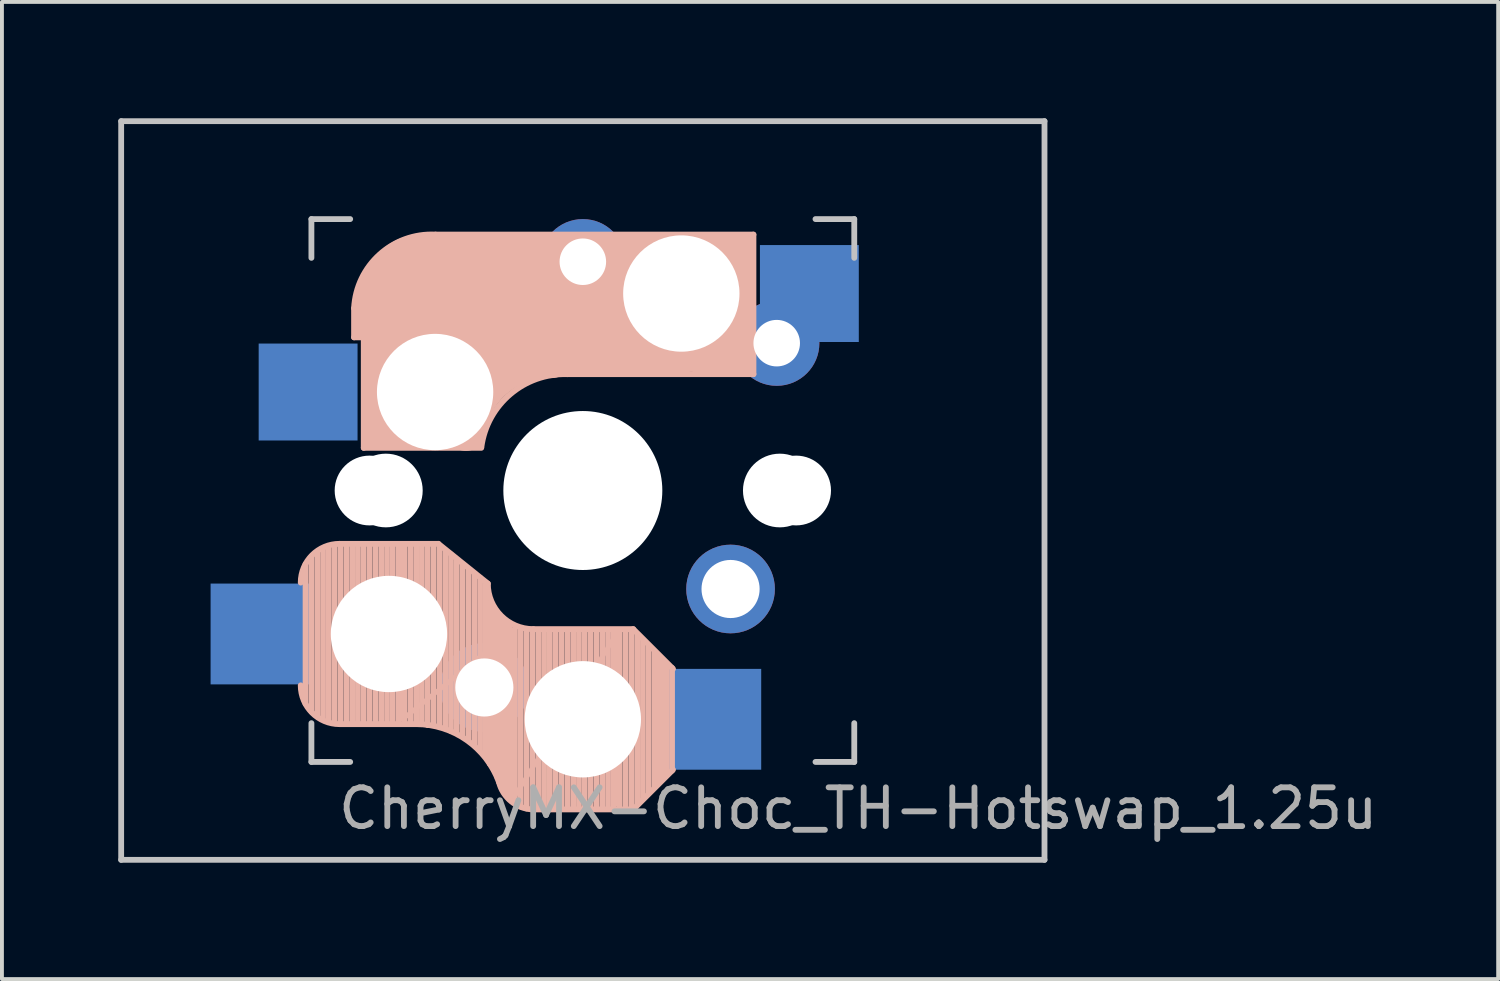
<source format=kicad_pcb>
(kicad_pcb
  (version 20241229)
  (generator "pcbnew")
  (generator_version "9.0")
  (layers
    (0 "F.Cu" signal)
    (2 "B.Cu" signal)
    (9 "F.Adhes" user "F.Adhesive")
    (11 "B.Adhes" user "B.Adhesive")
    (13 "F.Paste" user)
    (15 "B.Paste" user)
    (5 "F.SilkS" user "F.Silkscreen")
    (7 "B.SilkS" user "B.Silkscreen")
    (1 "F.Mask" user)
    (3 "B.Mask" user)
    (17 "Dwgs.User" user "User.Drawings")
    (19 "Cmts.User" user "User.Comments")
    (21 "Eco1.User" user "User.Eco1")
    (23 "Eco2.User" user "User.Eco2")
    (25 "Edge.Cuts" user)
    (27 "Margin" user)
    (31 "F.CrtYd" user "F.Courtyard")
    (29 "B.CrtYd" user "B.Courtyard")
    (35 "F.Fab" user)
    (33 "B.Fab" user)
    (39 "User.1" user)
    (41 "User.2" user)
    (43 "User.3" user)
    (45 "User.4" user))
  (footprint "CherryMX-Choc_TH-Hotswap_1.25u"
    (layer "F.Cu")
    (at 11.981 9.6)
    (property "Reference" "CherryMX-Choc_TH-Hotswap_1.25u" (at 7.1 8.2 0) (layer "F.Fab") (effects (font (size 1 1) (thickness 0.15))))
    (attr through_hole)
    (fp_line (start -7.15 5.5) (end -7.15 1.9) (stroke (width 0.15) (type solid)) (layer "B.SilkS"))
    (fp_line (start -7 5.7) (end -7 1.7) (stroke (width 0.15) (type solid)) (layer "B.SilkS"))
    (fp_line (start -6.85 5.8) (end -6.85 1.6) (stroke (width 0.15) (type solid)) (layer "B.SilkS"))
    (fp_line (start -6.7 5.9) (end -6.7 1.5) (stroke (width 0.15) (type solid)) (layer "B.SilkS"))
    (fp_line (start -6.55 5.95) (end -6.55 1.45) (stroke (width 0.15) (type solid)) (layer "B.SilkS"))
    (fp_line (start -6.4 6) (end -6.4 1.45) (stroke (width 0.15) (type solid)) (layer "B.SilkS"))
    (fp_line (start -6.25 6) (end -6.25 1.4) (stroke (width 0.15) (type solid)) (layer "B.SilkS"))
    (fp_line (start -6.1 6) (end -6.1 1.4) (stroke (width 0.15) (type solid)) (layer "B.SilkS"))
    (fp_line (start -5.95 6) (end -5.95 1.4) (stroke (width 0.15) (type solid)) (layer "B.SilkS"))
    (fp_line (start -5.9 -4.7) (end -5.9 -3.95) (stroke (width 0.15) (type solid)) (layer "B.SilkS"))
    (fp_line (start -5.9 -3.95) (end -5.7 -3.95) (stroke (width 0.15) (type solid)) (layer "B.SilkS"))
    (fp_line (start -5.8 -4.05) (end -5.8 -4.7) (stroke (width 0.3) (type solid)) (layer "B.SilkS"))
    (fp_line (start -5.8 6) (end -5.8 1.4) (stroke (width 0.15) (type solid)) (layer "B.SilkS"))
    (fp_line (start -5.65 -5.55) (end -5.65 -1.1) (stroke (width 0.15) (type solid)) (layer "B.SilkS"))
    (fp_line (start -5.65 -1.1) (end -2.62 -1.1) (stroke (width 0.15) (type solid)) (layer "B.SilkS"))
    (fp_line (start -5.65 6) (end -5.65 1.4) (stroke (width 0.15) (type solid)) (layer "B.SilkS"))
    (fp_line (start -5.5 6) (end -5.5 1.4) (stroke (width 0.15) (type solid)) (layer "B.SilkS"))
    (fp_line (start -5.45 -1.3) (end -3 -1.3) (stroke (width 0.5) (type solid)) (layer "B.SilkS"))
    (fp_line (start -5.35 6) (end -5.35 1.4) (stroke (width 0.15) (type solid)) (layer "B.SilkS"))
    (fp_line (start -5.3 -1.6) (end -5.3 -3.4) (stroke (width 0.8) (type solid)) (layer "B.SilkS"))
    (fp_line (start -5.2 6) (end -5.2 1.4) (stroke (width 0.15) (type solid)) (layer "B.SilkS"))
    (fp_line (start -5.05 6) (end -5.05 1.4) (stroke (width 0.15) (type solid)) (layer "B.SilkS"))
    (fp_line (start -4.9 6) (end -4.9 1.4) (stroke (width 0.15) (type solid)) (layer "B.SilkS"))
    (fp_line (start -4.75 6) (end -4.75 1.4) (stroke (width 0.15) (type solid)) (layer "B.SilkS"))
    (fp_line (start -4.65 5.9) (end -4.65 1.4) (stroke (width 0.12) (type solid)) (layer "B.SilkS"))
    (fp_line (start -4.6 6) (end -4.6 1.4) (stroke (width 0.15) (type solid)) (layer "B.SilkS"))
    (fp_line (start -4.45 6) (end -4.45 1.4) (stroke (width 0.15) (type solid)) (layer "B.SilkS"))
    (fp_line (start -4.3 6) (end -4.3 1.4) (stroke (width 0.15) (type solid)) (layer "B.SilkS"))
    (fp_line (start -4.3 6.025) (end -6.275 6.025) (stroke (width 0.15) (type solid)) (layer "B.SilkS"))
    (fp_line (start -4.17 -5.1) (end -4.17 -2.86) (stroke (width 3) (type solid)) (layer "B.SilkS"))
    (fp_line (start -4.15 6) (end -4.15 1.45) (stroke (width 0.15) (type solid)) (layer "B.SilkS"))
    (fp_line (start -4 6.05) (end -4 1.4) (stroke (width 0.15) (type solid)) (layer "B.SilkS"))
    (fp_line (start -3.85 6.05) (end -3.85 1.4) (stroke (width 0.15) (type solid)) (layer "B.SilkS"))
    (fp_line (start -3.725 1.375) (end -6.275 1.375) (stroke (width 0.15) (type solid)) (layer "B.SilkS"))
    (fp_line (start -3.725 1.375) (end -2.45 2.4) (stroke (width 0.15) (type solid)) (layer "B.SilkS"))
    (fp_line (start -3.7 6.05) (end -3.7 1.45) (stroke (width 0.15) (type solid)) (layer "B.SilkS"))
    (fp_line (start -3.55 6.1) (end -3.55 1.55) (stroke (width 0.15) (type solid)) (layer "B.SilkS"))
    (fp_line (start -3.4 6.2) (end -3.4 1.65) (stroke (width 0.15) (type solid)) (layer "B.SilkS"))
    (fp_line (start -3.25 6.25) (end -3.25 1.8) (stroke (width 0.15) (type solid)) (layer "B.SilkS"))
    (fp_line (start -3.1 6.35) (end -3.1 1.9) (stroke (width 0.15) (type solid)) (layer "B.SilkS"))
    (fp_line (start -2.95 6.45) (end -2.95 2.05) (stroke (width 0.15) (type solid)) (layer "B.SilkS"))
    (fp_line (start -2.8 6.55) (end -2.8 2.15) (stroke (width 0.15) (type solid)) (layer "B.SilkS"))
    (fp_line (start -2.65 6.7) (end -2.65 2.25) (stroke (width 0.15) (type solid)) (layer "B.SilkS"))
    (fp_line (start -2.5 6.85) (end -2.5 2.4) (stroke (width 0.15) (type solid)) (layer "B.SilkS"))
    (fp_line (start -2.4 7.05) (end -2.4 2.9) (stroke (width 0.15) (type solid)) (layer "B.SilkS"))
    (fp_line (start -2.3 7.2) (end -2.3 3.05) (stroke (width 0.15) (type solid)) (layer "B.SilkS"))
    (fp_line (start -2.2 7.4) (end -2.2 3.25) (stroke (width 0.15) (type solid)) (layer "B.SilkS"))
    (fp_line (start -2.1 7.55) (end -2.1 3.35) (stroke (width 0.15) (type solid)) (layer "B.SilkS"))
    (fp_line (start -2 7.8) (end -2 3.4) (stroke (width 0.15) (type solid)) (layer "B.SilkS"))
    (fp_line (start -1.9 7.95) (end -1.9 3.45) (stroke (width 0.15) (type solid)) (layer "B.SilkS"))
    (fp_line (start -1.8 3.6) (end -4.65 5.9) (stroke (width 0.12) (type solid)) (layer "B.SilkS"))
    (fp_line (start -1.8 7.95) (end -1.8 3.6) (stroke (width 0.12) (type solid)) (layer "B.SilkS"))
    (fp_line (start -1.75 8.05) (end -1.75 3.5) (stroke (width 0.15) (type solid)) (layer "B.SilkS"))
    (fp_line (start -1.6 8.15) (end -1.6 3.6) (stroke (width 0.15) (type solid)) (layer "B.SilkS"))
    (fp_line (start -1.45 8.2) (end -1.45 3.6) (stroke (width 0.15) (type solid)) (layer "B.SilkS"))
    (fp_line (start -1.3 8.2) (end -1.3 3.6) (stroke (width 0.15) (type solid)) (layer "B.SilkS"))
    (fp_line (start -1.15 8.2) (end -1.15 3.65) (stroke (width 0.15) (type solid)) (layer "B.SilkS"))
    (fp_line (start -1 8.2) (end -1 3.6) (stroke (width 0.15) (type solid)) (layer "B.SilkS"))
    (fp_line (start -0.85 8.2) (end -0.85 3.6) (stroke (width 0.15) (type solid)) (layer "B.SilkS"))
    (fp_line (start -0.7 8.2) (end -0.7 3.6) (stroke (width 0.15) (type solid)) (layer "B.SilkS"))
    (fp_line (start -0.55 8.2) (end -0.55 3.6) (stroke (width 0.15) (type solid)) (layer "B.SilkS"))
    (fp_line (start -0.4 -3) (end 4.4 -3) (stroke (width 0.15) (type solid)) (layer "B.SilkS"))
    (fp_line (start -0.4 8.2) (end -0.4 3.6) (stroke (width 0.15) (type solid)) (layer "B.SilkS"))
    (fp_line (start -0.25 8.2) (end -0.25 3.6) (stroke (width 0.15) (type solid)) (layer "B.SilkS"))
    (fp_line (start -0.1 8.2) (end -0.1 3.6) (stroke (width 0.15) (type solid)) (layer "B.SilkS"))
    (fp_line (start 0.05 8.2) (end 0.05 3.6) (stroke (width 0.15) (type solid)) (layer "B.SilkS"))
    (fp_line (start 0.2 8.2) (end 0.2 3.6) (stroke (width 0.15) (type solid)) (layer "B.SilkS"))
    (fp_line (start 0.35 8.2) (end 0.35 3.6) (stroke (width 0.15) (type solid)) (layer "B.SilkS"))
    (fp_line (start 0.5 8.2) (end 0.5 3.6) (stroke (width 0.15) (type solid)) (layer "B.SilkS"))
    (fp_line (start 0.65 8.2) (end 0.65 3.6) (stroke (width 0.15) (type solid)) (layer "B.SilkS"))
    (fp_line (start 0.8 8.2) (end 0.8 3.6) (stroke (width 0.15) (type solid)) (layer "B.SilkS"))
    (fp_line (start 0.9 3.65) (end -1.8 7.95) (stroke (width 0.12) (type solid)) (layer "B.SilkS"))
    (fp_line (start 0.9 8.1) (end 0.9 3.65) (stroke (width 0.12) (type solid)) (layer "B.SilkS"))
    (fp_line (start 0.95 8.2) (end 0.95 3.6) (stroke (width 0.15) (type solid)) (layer "B.SilkS"))
    (fp_line (start 1.1 8.2) (end 1.1 3.6) (stroke (width 0.15) (type solid)) (layer "B.SilkS"))
    (fp_line (start 1.25 8.2) (end 1.25 3.6) (stroke (width 0.15) (type solid)) (layer "B.SilkS"))
    (fp_line (start 1.3 3.575) (end -1.275 3.575) (stroke (width 0.15) (type solid)) (layer "B.SilkS"))
    (fp_line (start 1.3 3.575) (end 2.325 4.6) (stroke (width 0.15) (type solid)) (layer "B.SilkS"))
    (fp_line (start 1.3 8.225) (end -1.3 8.225) (stroke (width 0.15) (type solid)) (layer "B.SilkS"))
    (fp_line (start 1.3 8.225) (end 2.325 7.2) (stroke (width 0.15) (type solid)) (layer "B.SilkS"))
    (fp_line (start 1.4 8.1) (end 1.4 3.7) (stroke (width 0.15) (type solid)) (layer "B.SilkS"))
    (fp_line (start 1.55 7.95) (end 1.55 3.85) (stroke (width 0.15) (type solid)) (layer "B.SilkS"))
    (fp_line (start 1.7 7.8) (end 1.7 4) (stroke (width 0.15) (type solid)) (layer "B.SilkS"))
    (fp_line (start 1.85 7.65) (end 1.85 4.15) (stroke (width 0.15) (type solid)) (layer "B.SilkS"))
    (fp_line (start 1.95 7.55) (end 1.95 4.25) (stroke (width 0.15) (type solid)) (layer "B.SilkS"))
    (fp_line (start 2.05 7.45) (end 2.05 4.35) (stroke (width 0.15) (type solid)) (layer "B.SilkS"))
    (fp_line (start 2.15 7.35) (end 2.15 4.45) (stroke (width 0.15) (type solid)) (layer "B.SilkS"))
    (fp_line (start 2.3 4.575) (end 2.3 7.225) (stroke (width 0.15) (type solid)) (layer "B.SilkS"))
    (fp_line (start 2.6 -4.8) (end -4.1 -4.8) (stroke (width 3.5) (type solid)) (layer "B.SilkS"))
    (fp_line (start 3.9 -6) (end 3.9 -3.5) (stroke (width 1) (type solid)) (layer "B.SilkS"))
    (fp_line (start 4.2 -3.25) (end 2.9 -3.3) (stroke (width 0.5) (type solid)) (layer "B.SilkS"))
    (fp_line (start 4.25 -6.4) (end 3 -6.4) (stroke (width 0.4) (type solid)) (layer "B.SilkS"))
    (fp_line (start 4.38 -4) (end 4.38 -6.25) (stroke (width 0.15) (type solid)) (layer "B.SilkS"))
    (fp_line (start 4.4 -6.6) (end -3.8 -6.6) (stroke (width 0.15) (type solid)) (layer "B.SilkS"))
    (fp_line (start 4.4 -3) (end 4.4 -6.6) (stroke (width 0.15) (type solid)) (layer "B.SilkS"))
    (fp_arc (start -7.275 2.375) (mid -6.982107 1.667893) (end -6.275 1.375) (stroke (width 0.15) (type solid)) (layer "B.SilkS"))
    (fp_arc (start -6.275 6.025) (mid -6.982107 5.732107) (end -7.275 5.025) (stroke (width 0.15) (type solid)) (layer "B.SilkS"))
    (fp_arc (start -5.9 -4.699999) (mid -5.243504 -6.084924) (end -3.800001 -6.6) (stroke (width 0.15) (type solid)) (layer "B.SilkS"))
    (fp_arc (start -4.3 6.025) (mid -2.995114 6.436429) (end -2.162199 7.521904) (stroke (width 0.15) (type solid)) (layer "B.SilkS"))
    (fp_arc (start -3.016318 -1.521471) (mid -2.268709 -2.886118) (end -0.8 -3.4) (stroke (width 1) (type solid)) (layer "B.SilkS"))
    (fp_arc (start -2.616318 -1.121471) (mid -1.868709 -2.486118) (end -0.4 -3) (stroke (width 0.15) (type solid)) (layer "B.SilkS"))
    (fp_arc (start -1.300995 8.223791) (mid -1.848286 8.016021) (end -2.162199 7.521904) (stroke (width 0.15) (type solid)) (layer "B.SilkS"))
    (fp_arc (start -1.275 3.575) (mid -2.10585 3.23085) (end -2.45 2.4) (stroke (width 0.15) (type solid)) (layer "B.SilkS"))
    (fp_line (start -11.906 -9.525) (end 11.906 -9.525) (stroke (width 0.15) (type solid)) (layer "Dwgs.User"))
    (fp_line (start -11.906 9.525) (end -11.906 -9.525) (stroke (width 0.15) (type solid)) (layer "Dwgs.User"))
    (fp_line (start -7 -7) (end -6 -7) (stroke (width 0.15) (type solid)) (layer "Dwgs.User"))
    (fp_line (start -7 -6) (end -7 -7) (stroke (width 0.15) (type solid)) (layer "Dwgs.User"))
    (fp_line (start -7 6) (end -7 7) (stroke (width 0.15) (type solid)) (layer "Dwgs.User"))
    (fp_line (start -7 7) (end -6 7) (stroke (width 0.15) (type solid)) (layer "Dwgs.User"))
    (fp_line (start 6 7) (end 7 7) (stroke (width 0.15) (type solid)) (layer "Dwgs.User"))
    (fp_line (start 7 -7) (end 6 -7) (stroke (width 0.15) (type solid)) (layer "Dwgs.User"))
    (fp_line (start 7 -7) (end 7 -6) (stroke (width 0.15) (type solid)) (layer "Dwgs.User"))
    (fp_line (start 7 7) (end 7 6) (stroke (width 0.15) (type solid)) (layer "Dwgs.User"))
    (fp_line (start 11.906 -9.525) (end 11.906 9.525) (stroke (width 0.15) (type solid)) (layer "Dwgs.User"))
    (fp_line (start 11.906 9.525) (end -11.906 9.525) (stroke (width 0.15) (type solid)) (layer "Dwgs.User"))
    (pad "" np_thru_hole circle (at -5.5 0) (size 1.8 1.8) (drill 1.8) (layers "*.Cu" "*.Mask"))
    (pad "" np_thru_hole circle (at -5.22 4.2) (size 1.2 1.2) (drill 1.2) (layers "*.Cu" "*.Mask"))
    (pad "" np_thru_hole circle (at -5.08 0) (size 1.9 1.9) (drill 1.9) (layers "*.Cu" "*.Mask"))
    (pad "" np_thru_hole circle (at -5 3.7 90) (size 3 3) (drill 3) (layers "*.Cu" "*.Mask"))
    (pad "" np_thru_hole circle (at -3.81 -2.54) (size 3 3) (drill 3) (layers "*.Cu" "*.Mask"))
    (pad "" np_thru_hole circle (at 0 0) (size 3.2 3.2) (drill 3.2) (layers "*.Cu" "*.Mask"))
    (pad "" np_thru_hole circle (at 0 0 90) (size 4.1 4.1) (drill 4.1) (layers "*.Cu" "*.Mask"))
    (pad "" np_thru_hole circle (at 0 5.9 90) (size 3 3) (drill 3) (layers "*.Cu" "*.Mask"))
    (pad "" np_thru_hole circle (at 2.54 -5.08) (size 3 3) (drill 3) (layers "*.Cu" "*.Mask"))
    (pad "" np_thru_hole circle (at 5.08 0) (size 1.9 1.9) (drill 1.9) (layers "*.Cu" "*.Mask"))
    (pad "" np_thru_hole circle (at 5.5 0) (size 1.8 1.8) (drill 1.8) (layers "*.Cu" "*.Mask"))
    (pad "1" smd rect (at -8.3 3.7 180) (size 2.6 2.6) (layers "B.Cu" "B.Mask" "B.Paste"))
    (pad "1" smd rect (at -7.085 -2.54 180) (size 2.55 2.5) (layers "B.Cu" "B.Mask" "B.Paste"))
    (pad "1" thru_hole circle (at -2.54 5.08 180) (size 2.286 2.286) (drill 1.499) (layers "*.Cu" "*.Mask"))
    (pad "1" thru_hole circle (at 0 -5.9) (size 2.2 2.2) (drill 1.2) (layers "*.Cu" "B.Mask"))
    (pad "2" smd rect (at 3.3 5.9 180) (size 2.6 2.6) (layers "B.Cu" "B.Mask" "B.Paste"))
    (pad "2" thru_hole circle (at 3.81 2.54 180) (size 2.286 2.286) (drill 1.499) (layers "*.Cu" "*.Mask"))
    (pad "2" thru_hole circle (at 5 -3.8) (size 2.2 2.2) (drill 1.2) (layers "*.Cu" "B.Mask"))
    (pad "2" smd rect (at 5.842 -5.08 180) (size 2.55 2.5) (layers "B.Cu" "B.Mask" "B.Paste")))
  (gr_rect
    (start -3 -3)
    (end 35.587 22.2)
    (stroke (width 0.1) (type default))
    (fill no)
    (layer "Edge.Cuts")))
</source>
